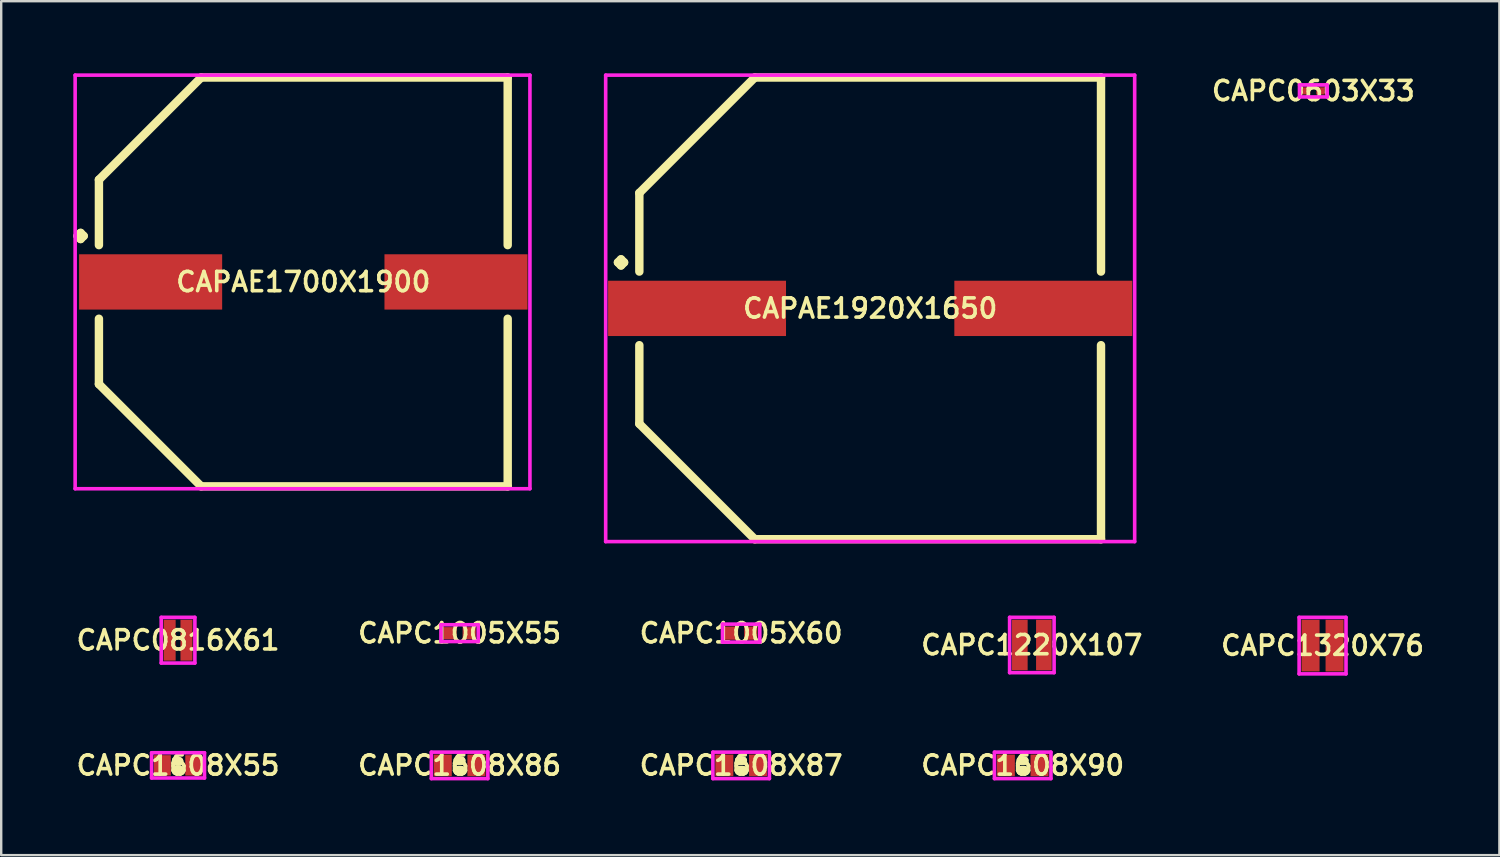
<source format=kicad_pcb>
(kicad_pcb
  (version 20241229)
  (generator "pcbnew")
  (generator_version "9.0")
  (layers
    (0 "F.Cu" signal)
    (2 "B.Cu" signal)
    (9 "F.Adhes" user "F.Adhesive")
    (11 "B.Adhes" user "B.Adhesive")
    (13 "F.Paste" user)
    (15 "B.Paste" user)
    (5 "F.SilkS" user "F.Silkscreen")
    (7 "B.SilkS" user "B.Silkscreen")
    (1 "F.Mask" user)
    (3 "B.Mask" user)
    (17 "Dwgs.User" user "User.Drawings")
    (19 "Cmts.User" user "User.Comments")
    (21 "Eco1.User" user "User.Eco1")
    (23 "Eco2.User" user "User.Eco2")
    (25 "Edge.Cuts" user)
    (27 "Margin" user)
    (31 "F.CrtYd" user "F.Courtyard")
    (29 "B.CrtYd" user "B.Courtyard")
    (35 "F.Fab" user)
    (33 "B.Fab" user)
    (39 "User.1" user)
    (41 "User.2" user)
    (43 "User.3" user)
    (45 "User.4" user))
  (footprint "CAPC1608X90"
    (layer "F.Cu")
    (at 39.482 28.781)
    (property "Reference" "CAPC1608X90" (at 0 0 0) (layer "F.SilkS") (effects (font (size 0.8 0.8) (thickness 0.15))))
    (attr smd)
    (fp_line (start -0.071 -0.196) (end 0.071 -0.196) (stroke (width 0.35) (type solid)) (layer "F.SilkS"))
    (fp_line (start -0.071 0.196) (end 0.071 0.196) (stroke (width 0.35) (type solid)) (layer "F.SilkS"))
    (fp_line (start 0.071 -0.196) (end -0.071 -0.196) (stroke (width 0.35) (type solid)) (layer "F.SilkS"))
    (fp_line (start 0.071 0.196) (end -0.071 0.196) (stroke (width 0.35) (type solid)) (layer "F.SilkS"))
    (fp_line (start -1.175 -0.55) (end 1.175 -0.55) (stroke (width 0.15) (type solid)) (layer "F.CrtYd"))
    (fp_line (start -1.175 0.55) (end -1.175 -0.55) (stroke (width 0.15) (type solid)) (layer "F.CrtYd"))
    (fp_line (start 1.175 -0.55) (end 1.175 0.55) (stroke (width 0.15) (type solid)) (layer "F.CrtYd"))
    (fp_line (start 1.175 0.55) (end -1.175 0.55) (stroke (width 0.15) (type solid)) (layer "F.CrtYd"))
    (pad "1" smd rect (at -0.7 0) (size 0.75 0.9) (layers "F.Cu" "F.Mask" "F.Paste"))
    (pad "2" smd rect (at 0.7 0) (size 0.75 0.9) (layers "F.Cu" "F.Mask" "F.Paste")))
  (footprint "CAPC1608X87"
    (layer "F.Cu")
    (at 27.773 28.781)
    (property "Reference" "CAPC1608X87" (at 0 0 0) (layer "F.SilkS") (effects (font (size 0.8 0.8) (thickness 0.15))))
    (attr smd)
    (fp_line (start -0.071 -0.196) (end 0.071 -0.196) (stroke (width 0.35) (type solid)) (layer "F.SilkS"))
    (fp_line (start -0.071 0.196) (end 0.071 0.196) (stroke (width 0.35) (type solid)) (layer "F.SilkS"))
    (fp_line (start 0.071 -0.196) (end -0.071 -0.196) (stroke (width 0.35) (type solid)) (layer "F.SilkS"))
    (fp_line (start 0.071 0.196) (end -0.071 0.196) (stroke (width 0.35) (type solid)) (layer "F.SilkS"))
    (fp_line (start -1.175 -0.55) (end 1.175 -0.55) (stroke (width 0.15) (type solid)) (layer "F.CrtYd"))
    (fp_line (start -1.175 0.55) (end -1.175 -0.55) (stroke (width 0.15) (type solid)) (layer "F.CrtYd"))
    (fp_line (start 1.175 -0.55) (end 1.175 0.55) (stroke (width 0.15) (type solid)) (layer "F.CrtYd"))
    (fp_line (start 1.175 0.55) (end -1.175 0.55) (stroke (width 0.15) (type solid)) (layer "F.CrtYd"))
    (pad "1" smd rect (at -0.7 0) (size 0.75 0.9) (layers "F.Cu" "F.Mask" "F.Paste"))
    (pad "2" smd rect (at 0.7 0) (size 0.75 0.9) (layers "F.Cu" "F.Mask" "F.Paste")))
  (footprint "CAPC1005X55"
    (layer "F.Cu")
    (at 16.064 23.281)
    (property "Reference" "CAPC1005X55" (at 0 0 0) (layer "F.SilkS") (effects (font (size 0.8 0.8) (thickness 0.15))))
    (attr smd)
    (fp_line (start -0.775 -0.35) (end 0.775 -0.35) (stroke (width 0.15) (type solid)) (layer "F.CrtYd"))
    (fp_line (start -0.775 0.35) (end -0.775 -0.35) (stroke (width 0.15) (type solid)) (layer "F.CrtYd"))
    (fp_line (start 0.775 -0.35) (end 0.775 0.35) (stroke (width 0.15) (type solid)) (layer "F.CrtYd"))
    (fp_line (start 0.775 0.35) (end -0.775 0.35) (stroke (width 0.15) (type solid)) (layer "F.CrtYd"))
    (pad "1" smd rect (at -0.4 0) (size 0.55 0.5) (layers "F.Cu" "F.Mask" "F.Paste"))
    (pad "2" smd rect (at 0.4 0) (size 0.55 0.5) (layers "F.Cu" "F.Mask" "F.Paste")))
  (footprint "CAPC0816X61"
    (layer "F.Cu")
    (at 4.355 23.575)
    (property "Reference" "CAPC0816X61" (at 0 0 0) (layer "F.SilkS") (effects (font (size 0.8 0.8) (thickness 0.15))))
    (attr smd)
    (fp_line (start -0.7 -0.95) (end 0.7 -0.95) (stroke (width 0.15) (type solid)) (layer "F.CrtYd"))
    (fp_line (start -0.7 0.95) (end -0.7 -0.95) (stroke (width 0.15) (type solid)) (layer "F.CrtYd"))
    (fp_line (start 0.7 -0.95) (end 0.7 0.95) (stroke (width 0.15) (type solid)) (layer "F.CrtYd"))
    (fp_line (start 0.7 0.95) (end -0.7 0.95) (stroke (width 0.15) (type solid)) (layer "F.CrtYd"))
    (pad "1" smd rect (at -0.35 0) (size 0.5 1.7) (layers "F.Cu" "F.Mask" "F.Paste"))
    (pad "2" smd rect (at 0.35 0) (size 0.5 1.7) (layers "F.Cu" "F.Mask" "F.Paste")))
  (footprint "CAPC0603X33"
    (layer "F.Cu")
    (at 51.569 0.731)
    (property "Reference" "CAPC0603X33" (at 0 0 0) (layer "F.SilkS") (effects (font (size 0.8 0.8) (thickness 0.15))))
    (attr smd)
    (fp_line (start -0.575 -0.25) (end 0.575 -0.25) (stroke (width 0.15) (type solid)) (layer "F.CrtYd"))
    (fp_line (start -0.575 0.25) (end -0.575 -0.25) (stroke (width 0.15) (type solid)) (layer "F.CrtYd"))
    (fp_line (start 0.575 -0.25) (end 0.575 0.25) (stroke (width 0.15) (type solid)) (layer "F.CrtYd"))
    (fp_line (start 0.575 0.25) (end -0.575 0.25) (stroke (width 0.15) (type solid)) (layer "F.CrtYd"))
    (pad "1" smd rect (at -0.3 0) (size 0.35 0.3) (layers "F.Cu" "F.Mask" "F.Paste"))
    (pad "2" smd rect (at 0.3 0) (size 0.35 0.3) (layers "F.Cu" "F.Mask" "F.Paste")))
  (footprint "CAPC1005X60"
    (layer "F.Cu")
    (at 27.773 23.281)
    (property "Reference" "CAPC1005X60" (at 0 0 0) (layer "F.SilkS") (effects (font (size 0.8 0.8) (thickness 0.15))))
    (attr smd)
    (fp_line (start -0.775 -0.375) (end 0.775 -0.375) (stroke (width 0.15) (type solid)) (layer "F.CrtYd"))
    (fp_line (start -0.775 0.375) (end -0.775 -0.375) (stroke (width 0.15) (type solid)) (layer "F.CrtYd"))
    (fp_line (start 0.775 -0.375) (end 0.775 0.375) (stroke (width 0.15) (type solid)) (layer "F.CrtYd"))
    (fp_line (start 0.775 0.375) (end -0.775 0.375) (stroke (width 0.15) (type solid)) (layer "F.CrtYd"))
    (pad "1" smd rect (at -0.4 0) (size 0.55 0.55) (layers "F.Cu" "F.Mask" "F.Paste"))
    (pad "2" smd rect (at 0.4 0) (size 0.55 0.55) (layers "F.Cu" "F.Mask" "F.Paste")))
  (footprint "CAPC1608X86"
    (layer "F.Cu")
    (at 16.064 28.781)
    (property "Reference" "CAPC1608X86" (at 0 0 0) (layer "F.SilkS") (effects (font (size 0.8 0.8) (thickness 0.15))))
    (attr smd)
    (fp_line (start -0.071 -0.196) (end 0.071 -0.196) (stroke (width 0.35) (type solid)) (layer "F.SilkS"))
    (fp_line (start -0.071 0.196) (end 0.071 0.196) (stroke (width 0.35) (type solid)) (layer "F.SilkS"))
    (fp_line (start 0.071 -0.196) (end -0.071 -0.196) (stroke (width 0.35) (type solid)) (layer "F.SilkS"))
    (fp_line (start 0.071 0.196) (end -0.071 0.196) (stroke (width 0.35) (type solid)) (layer "F.SilkS"))
    (fp_line (start -1.175 -0.55) (end 1.175 -0.55) (stroke (width 0.15) (type solid)) (layer "F.CrtYd"))
    (fp_line (start -1.175 0.55) (end -1.175 -0.55) (stroke (width 0.15) (type solid)) (layer "F.CrtYd"))
    (fp_line (start 1.175 -0.55) (end 1.175 0.55) (stroke (width 0.15) (type solid)) (layer "F.CrtYd"))
    (fp_line (start 1.175 0.55) (end -1.175 0.55) (stroke (width 0.15) (type solid)) (layer "F.CrtYd"))
    (pad "1" smd rect (at -0.7 0) (size 0.75 0.9) (layers "F.Cu" "F.Mask" "F.Paste"))
    (pad "2" smd rect (at 0.7 0) (size 0.75 0.9) (layers "F.Cu" "F.Mask" "F.Paste")))
  (footprint "CAPAE1700X1900"
    (layer "F.Cu")
    (at 9.564 8.675)
    (property "Reference" "CAPAE1700X1900" (at 0 0 0) (layer "F.SilkS") (effects (font (size 0.8 0.8) (thickness 0.15))))
    (attr smd)
    (fp_line (start -9.389 -1.912) (end -9.262 -2.039) (stroke (width 0.35) (type solid)) (layer "F.SilkS"))
    (fp_line (start -9.262 -2.039) (end -9.135 -1.912) (stroke (width 0.35) (type solid)) (layer "F.SilkS"))
    (fp_line (start -9.262 -1.785) (end -9.389 -1.912) (stroke (width 0.35) (type solid)) (layer "F.SilkS"))
    (fp_line (start -9.135 -1.912) (end -9.262 -1.785) (stroke (width 0.35) (type solid)) (layer "F.SilkS"))
    (fp_line (start -8.5 -4.25) (end -8.5 -1.531) (stroke (width 0.35) (type solid)) (layer "F.SilkS"))
    (fp_line (start -8.5 4.25) (end -8.5 1.531) (stroke (width 0.35) (type solid)) (layer "F.SilkS"))
    (fp_line (start -4.25 -8.5) (end -8.5 -4.25) (stroke (width 0.35) (type solid)) (layer "F.SilkS"))
    (fp_line (start -4.25 8.5) (end -8.5 4.25) (stroke (width 0.35) (type solid)) (layer "F.SilkS"))
    (fp_line (start 8.5 -8.5) (end -4.25 -8.5) (stroke (width 0.35) (type solid)) (layer "F.SilkS"))
    (fp_line (start 8.5 -1.531) (end 8.5 -8.5) (stroke (width 0.35) (type solid)) (layer "F.SilkS"))
    (fp_line (start 8.5 1.531) (end 8.5 8.5) (stroke (width 0.35) (type solid)) (layer "F.SilkS"))
    (fp_line (start 8.5 8.5) (end -4.25 8.5) (stroke (width 0.35) (type solid)) (layer "F.SilkS"))
    (fp_line (start -9.489 -8.6) (end 9.425 -8.6) (stroke (width 0.15) (type solid)) (layer "F.CrtYd"))
    (fp_line (start -9.489 8.6) (end -9.489 -8.6) (stroke (width 0.15) (type solid)) (layer "F.CrtYd"))
    (fp_line (start 9.425 -8.6) (end 9.425 8.6) (stroke (width 0.15) (type solid)) (layer "F.CrtYd"))
    (fp_line (start 9.425 8.6) (end -9.489 8.6) (stroke (width 0.15) (type solid)) (layer "F.CrtYd"))
    (pad "1" smd rect (at -6.35 0) (size 5.95 2.3) (layers "F.Cu" "F.Mask" "F.Paste"))
    (pad "2" smd rect (at 6.35 0) (size 5.95 2.3) (layers "F.Cu" "F.Mask" "F.Paste")))
  (footprint "CAPC1320X76"
    (layer "F.Cu")
    (at 51.953 23.8)
    (property "Reference" "CAPC1320X76" (at 0 0 0) (layer "F.SilkS") (effects (font (size 0.8 0.8) (thickness 0.15))))
    (attr smd)
    (fp_line (start -0.975 -1.175) (end 0.975 -1.175) (stroke (width 0.15) (type solid)) (layer "F.CrtYd"))
    (fp_line (start -0.975 1.175) (end -0.975 -1.175) (stroke (width 0.15) (type solid)) (layer "F.CrtYd"))
    (fp_line (start 0.975 -1.175) (end 0.975 1.175) (stroke (width 0.15) (type solid)) (layer "F.CrtYd"))
    (fp_line (start 0.975 1.175) (end -0.975 1.175) (stroke (width 0.15) (type solid)) (layer "F.CrtYd"))
    (pad "1" smd rect (at -0.5 0) (size 0.75 2.15) (layers "F.Cu" "F.Mask" "F.Paste"))
    (pad "2" smd rect (at 0.5 0) (size 0.75 2.15) (layers "F.Cu" "F.Mask" "F.Paste")))
  (footprint "CAPC1220X107"
    (layer "F.Cu")
    (at 39.863 23.775)
    (property "Reference" "CAPC1220X107" (at 0 0 0) (layer "F.SilkS") (effects (font (size 0.8 0.8) (thickness 0.15))))
    (attr smd)
    (fp_line (start -0.925 -1.15) (end 0.925 -1.15) (stroke (width 0.15) (type solid)) (layer "F.CrtYd"))
    (fp_line (start -0.925 1.15) (end -0.925 -1.15) (stroke (width 0.15) (type solid)) (layer "F.CrtYd"))
    (fp_line (start 0.925 -1.15) (end 0.925 1.15) (stroke (width 0.15) (type solid)) (layer "F.CrtYd"))
    (fp_line (start 0.925 1.15) (end -0.925 1.15) (stroke (width 0.15) (type solid)) (layer "F.CrtYd"))
    (pad "1" smd rect (at -0.5 0) (size 0.65 2.1) (layers "F.Cu" "F.Mask" "F.Paste"))
    (pad "2" smd rect (at 0.5 0) (size 0.65 2.1) (layers "F.Cu" "F.Mask" "F.Paste")))
  (footprint "CAPC1608X55"
    (layer "F.Cu")
    (at 4.355 28.781)
    (property "Reference" "CAPC1608X55" (at 0 0 0) (layer "F.SilkS") (effects (font (size 0.8 0.8) (thickness 0.15))))
    (attr smd)
    (fp_line (start -0.046 -0.171) (end 0.046 -0.171) (stroke (width 0.35) (type solid)) (layer "F.SilkS"))
    (fp_line (start -0.046 0.171) (end 0.046 0.171) (stroke (width 0.35) (type solid)) (layer "F.SilkS"))
    (fp_line (start 0.046 -0.171) (end -0.046 -0.171) (stroke (width 0.35) (type solid)) (layer "F.SilkS"))
    (fp_line (start 0.046 0.171) (end -0.046 0.171) (stroke (width 0.35) (type solid)) (layer "F.SilkS"))
    (fp_line (start -1.1 -0.525) (end 1.1 -0.525) (stroke (width 0.15) (type solid)) (layer "F.CrtYd"))
    (fp_line (start -1.1 0.525) (end -1.1 -0.525) (stroke (width 0.15) (type solid)) (layer "F.CrtYd"))
    (fp_line (start 1.1 -0.525) (end 1.1 0.525) (stroke (width 0.15) (type solid)) (layer "F.CrtYd"))
    (fp_line (start 1.1 0.525) (end -1.1 0.525) (stroke (width 0.15) (type solid)) (layer "F.CrtYd"))
    (pad "1" smd rect (at -0.65 0) (size 0.7 0.85) (layers "F.Cu" "F.Mask" "F.Paste"))
    (pad "2" smd rect (at 0.65 0) (size 0.7 0.85) (layers "F.Cu" "F.Mask" "F.Paste")))
  (footprint "CAPAE1920X1650"
    (layer "F.Cu")
    (at 33.139 9.775)
    (property "Reference" "CAPAE1920X1650" (at 0 0 0) (layer "F.SilkS") (effects (font (size 0.8 0.8) (thickness 0.15))))
    (attr smd)
    (fp_line (start -10.489 -1.912) (end -10.362 -2.039) (stroke (width 0.35) (type solid)) (layer "F.SilkS"))
    (fp_line (start -10.362 -2.039) (end -10.235 -1.912) (stroke (width 0.35) (type solid)) (layer "F.SilkS"))
    (fp_line (start -10.362 -1.785) (end -10.489 -1.912) (stroke (width 0.35) (type solid)) (layer "F.SilkS"))
    (fp_line (start -10.235 -1.912) (end -10.362 -1.785) (stroke (width 0.35) (type solid)) (layer "F.SilkS"))
    (fp_line (start -9.6 -4.8) (end -9.6 -1.531) (stroke (width 0.35) (type solid)) (layer "F.SilkS"))
    (fp_line (start -9.6 4.8) (end -9.6 1.531) (stroke (width 0.35) (type solid)) (layer "F.SilkS"))
    (fp_line (start -4.8 -9.6) (end -9.6 -4.8) (stroke (width 0.35) (type solid)) (layer "F.SilkS"))
    (fp_line (start -4.8 9.6) (end -9.6 4.8) (stroke (width 0.35) (type solid)) (layer "F.SilkS"))
    (fp_line (start 9.6 -9.6) (end -4.8 -9.6) (stroke (width 0.35) (type solid)) (layer "F.SilkS"))
    (fp_line (start 9.6 -1.531) (end 9.6 -9.6) (stroke (width 0.35) (type solid)) (layer "F.SilkS"))
    (fp_line (start 9.6 1.531) (end 9.6 9.6) (stroke (width 0.35) (type solid)) (layer "F.SilkS"))
    (fp_line (start 9.6 9.6) (end -4.8 9.6) (stroke (width 0.35) (type solid)) (layer "F.SilkS"))
    (fp_line (start -11 -9.7) (end 11 -9.7) (stroke (width 0.15) (type solid)) (layer "F.CrtYd"))
    (fp_line (start -11 9.7) (end -11 -9.7) (stroke (width 0.15) (type solid)) (layer "F.CrtYd"))
    (fp_line (start 11 -9.7) (end 11 9.7) (stroke (width 0.15) (type solid)) (layer "F.CrtYd"))
    (fp_line (start 11 9.7) (end -11 9.7) (stroke (width 0.15) (type solid)) (layer "F.CrtYd"))
    (pad "1" smd rect (at -7.2 0) (size 7.4 2.3) (layers "F.Cu" "F.Mask" "F.Paste"))
    (pad "2" smd rect (at 7.2 0) (size 7.4 2.3) (layers "F.Cu" "F.Mask" "F.Paste")))
  (gr_rect
    (start -3 -3)
    (end 59.307 32.513)
    (stroke (width 0.1) (type default))
    (fill no)
    (layer "Edge.Cuts")))
</source>
